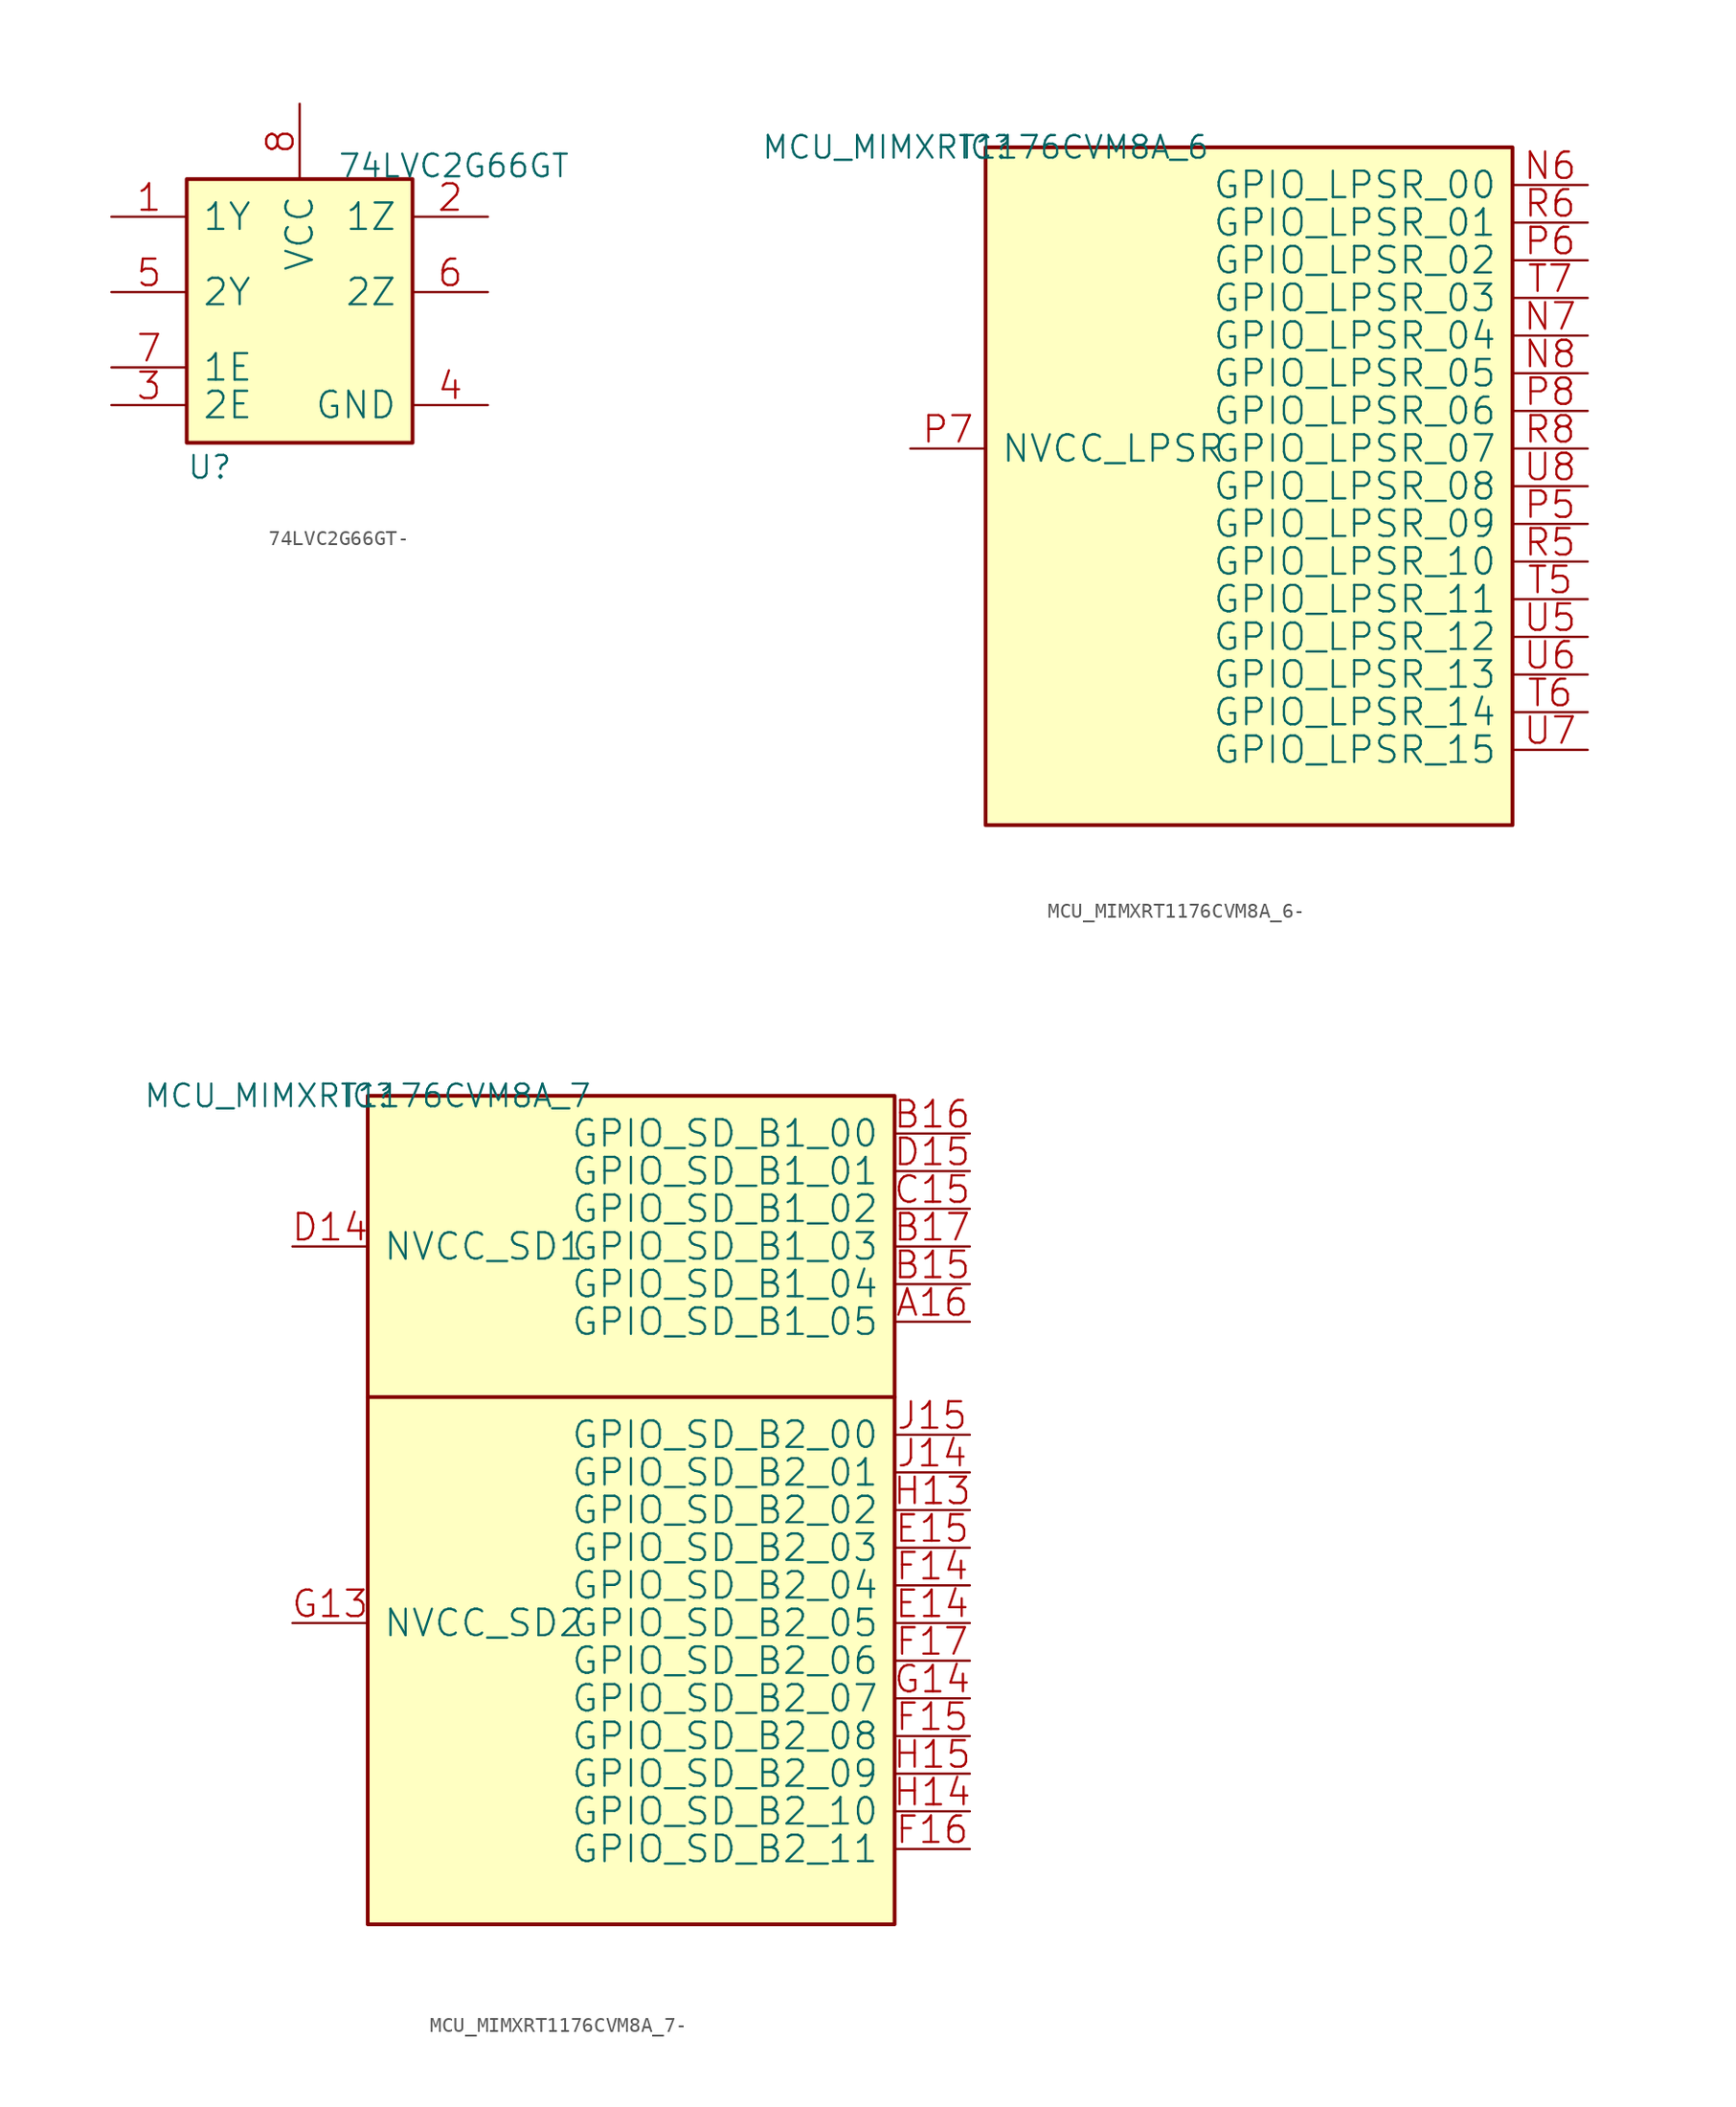
<source format=kicad_sym>
(kicad_symbol_lib
  (version 20220914)
  (generator kicad_symbol_editor)
  (symbol "74LVC2G66GT-"
    (pin_names
      (offset 1.016))
    (property "Reference" "U"
      (at -7.62 -12.7 0)
      (effects (font (size 1.524 1.524)) (justify left bottom)))
    (property "Value" "74LVC2G66GT"
      (at 2.54 7.62 0)
      (effects (font (size 1.524 1.524)) (justify left bottom)))
    (property "Footprint" ""
      (at 0 0 0)
      (effects (font (size 1.524 1.524))))
    (property "Datasheet" ""
      (at 0 0 0)
      (effects (font (size 1.524 1.524))))
    (symbol "74LVC2G66GT-_0_1"
      (rectangle (start -7.62 -10.16) (end 7.62 7.62) (stroke (width 0.254) (type solid)) (fill (type background)))
      (pin passive line (at -12.7 5.08 0) (length 5.08) (name "1Y" (effects (font (size 1.778 1.778)))) (number "1" (effects (font (size 1.778 1.778)))))
      (pin passive line (at 12.7 5.08 180) (length 5.08) (name "1Z" (effects (font (size 1.778 1.778)))) (number "2" (effects (font (size 1.778 1.778)))))
      (pin passive line (at -12.7 -7.62 0) (length 5.08) (name "2E" (effects (font (size 1.778 1.778)))) (number "3" (effects (font (size 1.778 1.778)))))
      (pin passive line (at 12.7 -7.62 180) (length 5.08) (name "GND" (effects (font (size 1.778 1.778)))) (number "4" (effects (font (size 1.778 1.778)))))
      (pin passive line (at -12.7 0 0) (length 5.08) (name "2Y" (effects (font (size 1.778 1.778)))) (number "5" (effects (font (size 1.778 1.778)))))
      (pin passive line (at 12.7 0 180) (length 5.08) (name "2Z" (effects (font (size 1.778 1.778)))) (number "6" (effects (font (size 1.778 1.778)))))
      (pin passive line (at -12.7 -5.08 0) (length 5.08) (name "1E" (effects (font (size 1.778 1.778)))) (number "7" (effects (font (size 1.778 1.778)))))
      (pin passive line (at 0 12.7 270) (length 5.08) (name "VCC" (effects (font (size 1.778 1.778)))) (number "8" (effects (font (size 1.778 1.778)))))))
  (symbol "MCU_MIMXRT1176CVM8A_6-"
    (pin_names
      (offset 1.016))
    (property "Reference" "IC"
      (at 0 0 0)
      (effects (font (size 1.524 1.524))))
    (property "Value" "MCU_MIMXRT1176CVM8A_6"
      (at 0 0 0)
      (effects (font (size 1.524 1.524))))
    (property "Footprint" ""
      (at 0 0 0)
      (effects (font (size 1.524 1.524))))
    (property "Datasheet" ""
      (at 0 0 0)
      (effects (font (size 1.524 1.524))))
    (symbol "MCU_MIMXRT1176CVM8A_6-_0_1"
      (rectangle (start 0 -45.72) (end 35.56 0) (stroke (width 0.254) (type solid)) (fill (type background)))
      (pin bidirectional line (at 40.64 -2.54 180) (length 5.08) (name "GPIO_LPSR_00" (effects (font (size 1.778 1.778)))) (number "N6" (effects (font (size 1.778 1.778)))))
      (pin bidirectional line (at 40.64 -12.7 180) (length 5.08) (name "GPIO_LPSR_04" (effects (font (size 1.778 1.778)))) (number "N7" (effects (font (size 1.778 1.778)))))
      (pin bidirectional line (at 40.64 -15.24 180) (length 5.08) (name "GPIO_LPSR_05" (effects (font (size 1.778 1.778)))) (number "N8" (effects (font (size 1.778 1.778)))))
      (pin bidirectional line (at 40.64 -25.4 180) (length 5.08) (name "GPIO_LPSR_09" (effects (font (size 1.778 1.778)))) (number "P5" (effects (font (size 1.778 1.778)))))
      (pin bidirectional line (at 40.64 -7.62 180) (length 5.08) (name "GPIO_LPSR_02" (effects (font (size 1.778 1.778)))) (number "P6" (effects (font (size 1.778 1.778)))))
      (pin passive line (at -5.08 -20.32 0) (length 5.08) (name "NVCC_LPSR" (effects (font (size 1.778 1.778)))) (number "P7" (effects (font (size 1.778 1.778)))))
      (pin bidirectional line (at 40.64 -17.78 180) (length 5.08) (name "GPIO_LPSR_06" (effects (font (size 1.778 1.778)))) (number "P8" (effects (font (size 1.778 1.778)))))
      (pin bidirectional line (at 40.64 -27.94 180) (length 5.08) (name "GPIO_LPSR_10" (effects (font (size 1.778 1.778)))) (number "R5" (effects (font (size 1.778 1.778)))))
      (pin bidirectional line (at 40.64 -5.08 180) (length 5.08) (name "GPIO_LPSR_01" (effects (font (size 1.778 1.778)))) (number "R6" (effects (font (size 1.778 1.778)))))
      (pin bidirectional line (at 40.64 -20.32 180) (length 5.08) (name "GPIO_LPSR_07" (effects (font (size 1.778 1.778)))) (number "R8" (effects (font (size 1.778 1.778)))))
      (pin bidirectional line (at 40.64 -30.48 180) (length 5.08) (name "GPIO_LPSR_11" (effects (font (size 1.778 1.778)))) (number "T5" (effects (font (size 1.778 1.778)))))
      (pin bidirectional line (at 40.64 -38.1 180) (length 5.08) (name "GPIO_LPSR_14" (effects (font (size 1.778 1.778)))) (number "T6" (effects (font (size 1.778 1.778)))))
      (pin bidirectional line (at 40.64 -10.16 180) (length 5.08) (name "GPIO_LPSR_03" (effects (font (size 1.778 1.778)))) (number "T7" (effects (font (size 1.778 1.778)))))
      (pin bidirectional line (at 40.64 -33.02 180) (length 5.08) (name "GPIO_LPSR_12" (effects (font (size 1.778 1.778)))) (number "U5" (effects (font (size 1.778 1.778)))))
      (pin bidirectional line (at 40.64 -35.56 180) (length 5.08) (name "GPIO_LPSR_13" (effects (font (size 1.778 1.778)))) (number "U6" (effects (font (size 1.778 1.778)))))
      (pin bidirectional line (at 40.64 -40.64 180) (length 5.08) (name "GPIO_LPSR_15" (effects (font (size 1.778 1.778)))) (number "U7" (effects (font (size 1.778 1.778)))))
      (pin bidirectional line (at 40.64 -22.86 180) (length 5.08) (name "GPIO_LPSR_08" (effects (font (size 1.778 1.778)))) (number "U8" (effects (font (size 1.778 1.778)))))))
  (symbol "MCU_MIMXRT1176CVM8A_7-"
    (pin_names
      (offset 1.016))
    (property "Reference" "IC"
      (at 0 0 0)
      (effects (font (size 1.524 1.524))))
    (property "Value" "MCU_MIMXRT1176CVM8A_7"
      (at 0 0 0)
      (effects (font (size 1.524 1.524))))
    (property "Footprint" ""
      (at 0 0 0)
      (effects (font (size 1.524 1.524))))
    (property "Datasheet" ""
      (at 0 0 0)
      (effects (font (size 1.524 1.524))))
    (symbol "MCU_MIMXRT1176CVM8A_7-_0_1"
      (rectangle (start 0 -55.88) (end 35.56 0) (stroke (width 0.254) (type solid)) (fill (type background)))
      (polyline (pts (xy 0 -20.32) (xy 35.56 -20.32)) (stroke (width 0.254) (type solid)) (fill (type none)))
      (pin bidirectional line (at 40.64 -15.24 180) (length 5.08) (name "GPIO_SD_B1_05" (effects (font (size 1.778 1.778)))) (number "A16" (effects (font (size 1.778 1.778)))))
      (pin bidirectional line (at 40.64 -12.7 180) (length 5.08) (name "GPIO_SD_B1_04" (effects (font (size 1.778 1.778)))) (number "B15" (effects (font (size 1.778 1.778)))))
      (pin bidirectional line (at 40.64 -2.54 180) (length 5.08) (name "GPIO_SD_B1_00" (effects (font (size 1.778 1.778)))) (number "B16" (effects (font (size 1.778 1.778)))))
      (pin bidirectional line (at 40.64 -10.16 180) (length 5.08) (name "GPIO_SD_B1_03" (effects (font (size 1.778 1.778)))) (number "B17" (effects (font (size 1.778 1.778)))))
      (pin bidirectional line (at 40.64 -7.62 180) (length 5.08) (name "GPIO_SD_B1_02" (effects (font (size 1.778 1.778)))) (number "C15" (effects (font (size 1.778 1.778)))))
      (pin power_in line (at -5.08 -10.16 0) (length 5.08) (name "NVCC_SD1" (effects (font (size 1.778 1.778)))) (number "D14" (effects (font (size 1.778 1.778)))))
      (pin bidirectional line (at 40.64 -5.08 180) (length 5.08) (name "GPIO_SD_B1_01" (effects (font (size 1.778 1.778)))) (number "D15" (effects (font (size 1.778 1.778)))))
      (pin bidirectional line (at 40.64 -35.56 180) (length 5.08) (name "GPIO_SD_B2_05" (effects (font (size 1.778 1.778)))) (number "E14" (effects (font (size 1.778 1.778)))))
      (pin bidirectional line (at 40.64 -30.48 180) (length 5.08) (name "GPIO_SD_B2_03" (effects (font (size 1.778 1.778)))) (number "E15" (effects (font (size 1.778 1.778)))))
      (pin bidirectional line (at 40.64 -33.02 180) (length 5.08) (name "GPIO_SD_B2_04" (effects (font (size 1.778 1.778)))) (number "F14" (effects (font (size 1.778 1.778)))))
      (pin bidirectional line (at 40.64 -43.18 180) (length 5.08) (name "GPIO_SD_B2_08" (effects (font (size 1.778 1.778)))) (number "F15" (effects (font (size 1.778 1.778)))))
      (pin bidirectional line (at 40.64 -50.8 180) (length 5.08) (name "GPIO_SD_B2_11" (effects (font (size 1.778 1.778)))) (number "F16" (effects (font (size 1.778 1.778)))))
      (pin bidirectional line (at 40.64 -38.1 180) (length 5.08) (name "GPIO_SD_B2_06" (effects (font (size 1.778 1.778)))) (number "F17" (effects (font (size 1.778 1.778)))))
      (pin power_in line (at -5.08 -35.56 0) (length 5.08) (name "NVCC_SD2" (effects (font (size 1.778 1.778)))) (number "G13" (effects (font (size 1.778 1.778)))))
      (pin bidirectional line (at 40.64 -40.64 180) (length 5.08) (name "GPIO_SD_B2_07" (effects (font (size 1.778 1.778)))) (number "G14" (effects (font (size 1.778 1.778)))))
      (pin bidirectional line (at 40.64 -27.94 180) (length 5.08) (name "GPIO_SD_B2_02" (effects (font (size 1.778 1.778)))) (number "H13" (effects (font (size 1.778 1.778)))))
      (pin bidirectional line (at 40.64 -48.26 180) (length 5.08) (name "GPIO_SD_B2_10" (effects (font (size 1.778 1.778)))) (number "H14" (effects (font (size 1.778 1.778)))))
      (pin bidirectional line (at 40.64 -45.72 180) (length 5.08) (name "GPIO_SD_B2_09" (effects (font (size 1.778 1.778)))) (number "H15" (effects (font (size 1.778 1.778)))))
      (pin bidirectional line (at 40.64 -25.4 180) (length 5.08) (name "GPIO_SD_B2_01" (effects (font (size 1.778 1.778)))) (number "J14" (effects (font (size 1.778 1.778)))))
      (pin bidirectional line (at 40.64 -22.86 180) (length 5.08) (name "GPIO_SD_B2_00" (effects (font (size 1.778 1.778)))) (number "J15" (effects (font (size 1.778 1.778))))))))
</source>
